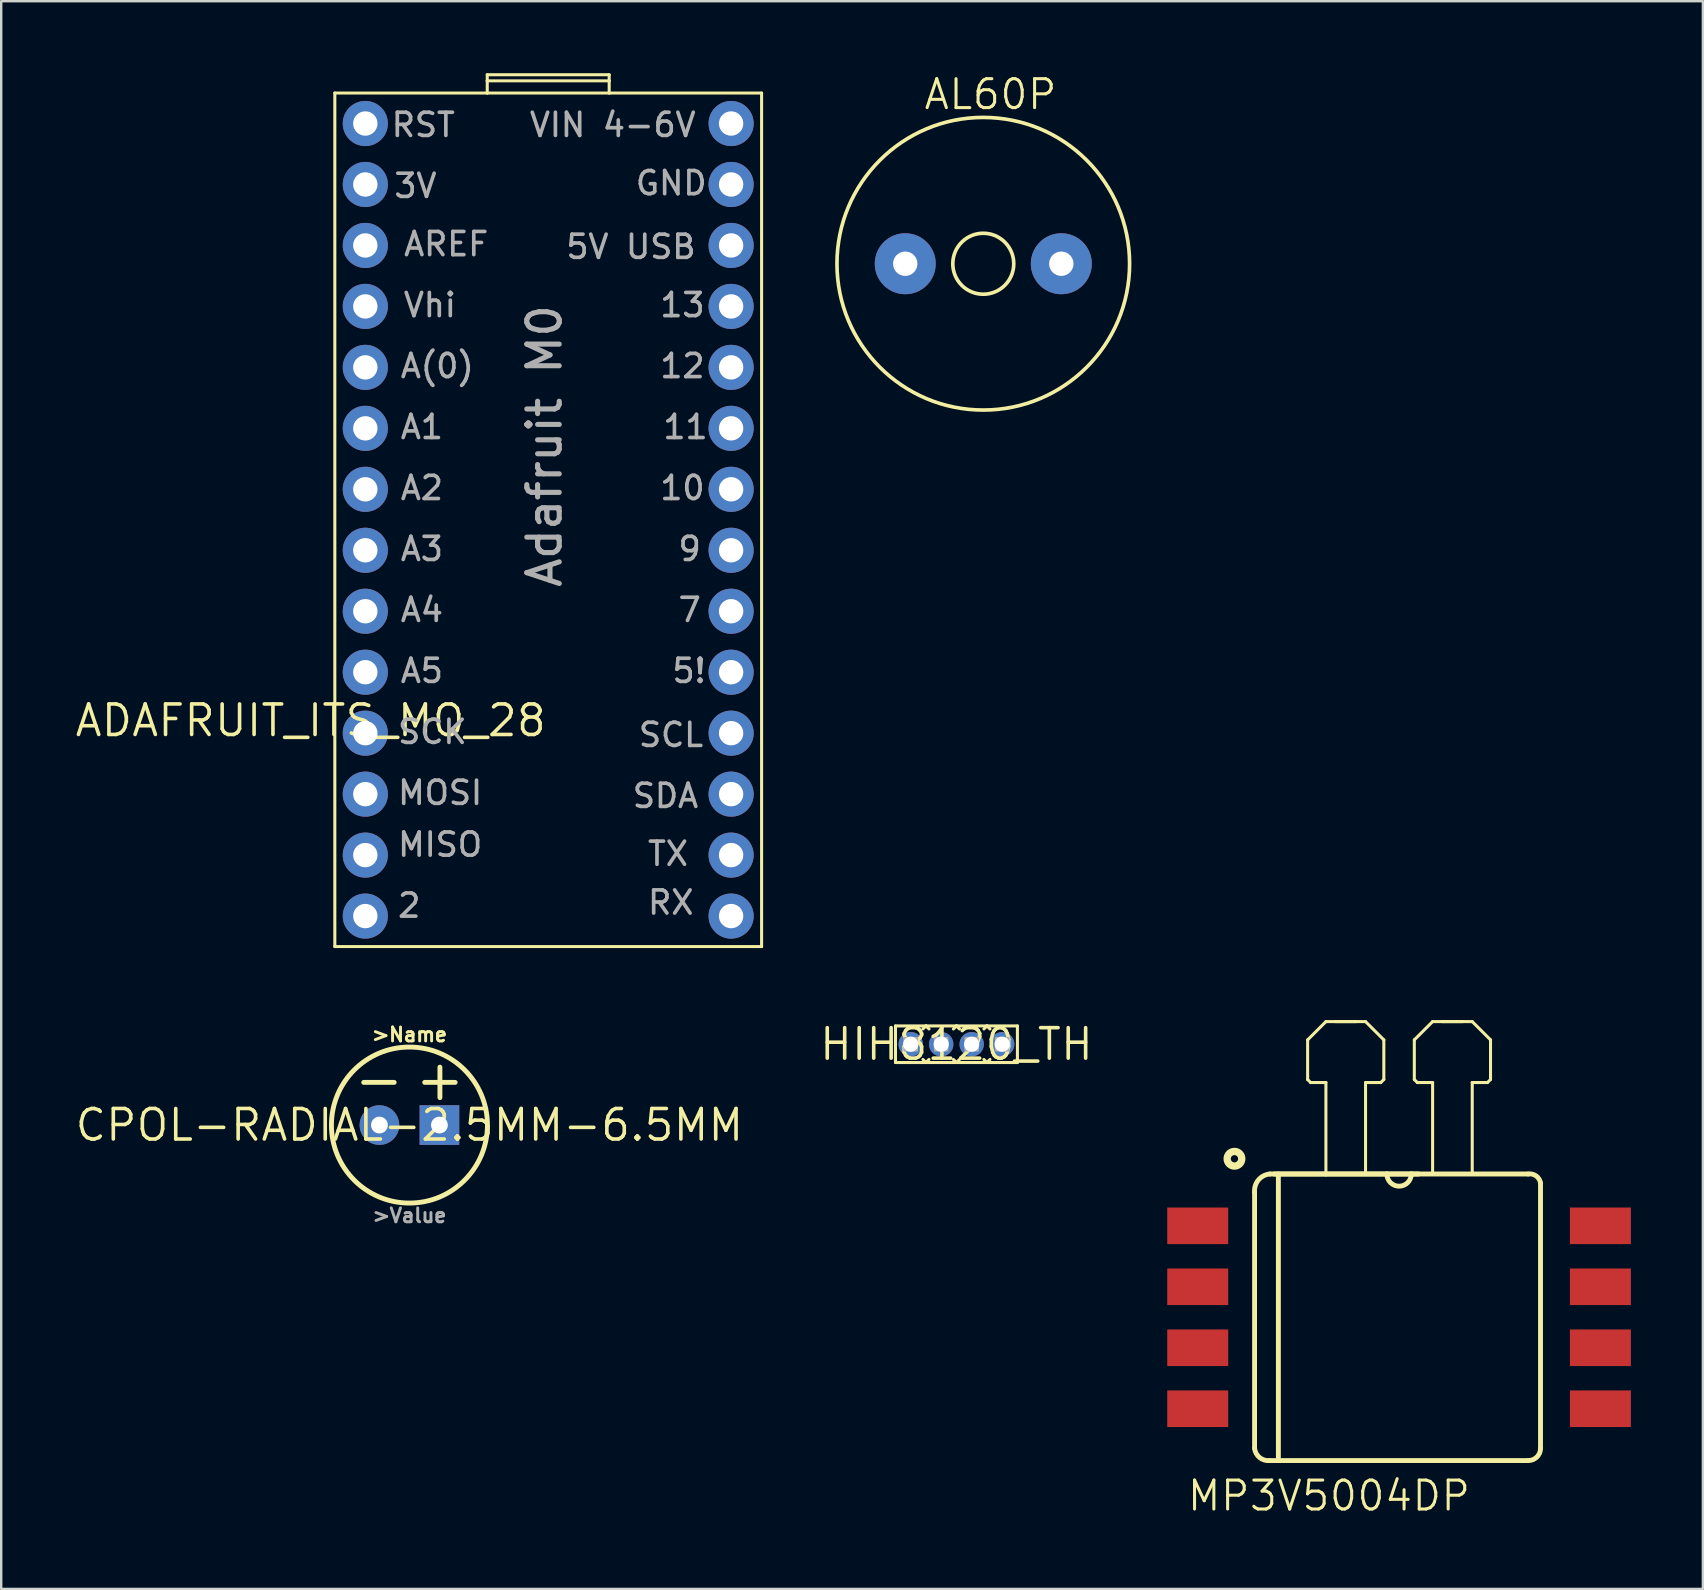
<source format=kicad_pcb>
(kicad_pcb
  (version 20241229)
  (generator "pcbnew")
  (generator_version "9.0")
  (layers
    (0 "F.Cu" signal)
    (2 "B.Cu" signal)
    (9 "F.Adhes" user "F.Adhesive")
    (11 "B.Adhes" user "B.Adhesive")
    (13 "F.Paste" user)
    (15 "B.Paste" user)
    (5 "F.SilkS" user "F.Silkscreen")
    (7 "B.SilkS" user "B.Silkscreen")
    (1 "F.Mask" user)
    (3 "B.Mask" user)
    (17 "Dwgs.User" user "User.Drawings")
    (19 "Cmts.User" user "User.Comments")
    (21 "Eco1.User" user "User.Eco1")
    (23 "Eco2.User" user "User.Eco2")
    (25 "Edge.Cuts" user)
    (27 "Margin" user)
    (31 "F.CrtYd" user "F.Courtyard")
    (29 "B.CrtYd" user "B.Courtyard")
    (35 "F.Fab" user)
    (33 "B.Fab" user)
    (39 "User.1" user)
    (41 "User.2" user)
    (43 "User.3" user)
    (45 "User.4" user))
  (footprint "CPOL-RADIAL-2.5MM-6.5MM"
    (layer "F.Cu")
    (at 14.008 43.823)
    (property "Reference" "CPOL-RADIAL-2.5MM-6.5MM" (at 0 0 0) (layer "F.SilkS") (effects (font (size 1.27 1.27) (thickness 0.15))))
    (attr through_hole)
    (fp_line (start -0.635 -1.778) (end -1.905 -1.778) (stroke (width 0.203) (type solid)) (layer "F.SilkS"))
    (fp_line (start 1.27 -2.413) (end 1.27 -1.143) (stroke (width 0.203) (type solid)) (layer "F.SilkS"))
    (fp_line (start 1.905 -1.778) (end 0.635 -1.778) (stroke (width 0.203) (type solid)) (layer "F.SilkS"))
    (fp_circle (center 0 0) (end 3.25 0) (stroke (width 0.203) (type solid)) (fill no) (layer "F.SilkS"))
    (fp_text user ">Name" (at 0 -3.429 0) (layer "F.SilkS") (effects (font (size 0.579 0.579) (thickness 0.122)) (justify bottom)))
    (fp_text user ">Value" (at 0 3.429 0) (layer "F.Fab") (effects (font (size 0.579 0.579) (thickness 0.122)) (justify top)))
    (pad "1" thru_hole rect (at 1.25 0) (size 1.651 1.651) (drill 0.7) (layers "*.Cu" "*.Mask"))
    (pad "2" thru_hole circle (at -1.25 0) (size 1.651 1.651) (drill 0.7) (layers "*.Cu" "*.Mask")))
  (footprint "MP3V5004DP"
    (layer "F.Cu")
    (at 55.239 51.831)
    (property "Reference" "MP3V5004DP" (at 3.048 6.731 0) (layer "F.SilkS") (effects (font (size 1.206 1.206) (thickness 0.127)) (justify right top)))
    (attr through_hole)
    (fp_line (start -6.02 -5.207) (end -6.02 5.461) (stroke (width 0.203) (type solid)) (layer "F.SilkS"))
    (fp_line (start -5.385 5.969) (end 5.385 5.969) (stroke (width 0.203) (type solid)) (layer "F.SilkS"))
    (fp_line (start -5.029 -5.969) (end -5.029 5.842) (stroke (width 0.203) (type solid)) (layer "F.SilkS"))
    (fp_line (start -3.81 -11.557) (end -3.81 -9.906) (stroke (width 0.127) (type solid)) (layer "F.SilkS"))
    (fp_line (start -3.81 -9.906) (end -3.683 -9.779) (stroke (width 0.127) (type solid)) (layer "F.SilkS"))
    (fp_line (start -3.683 -9.779) (end -3.048 -9.779) (stroke (width 0.127) (type solid)) (layer "F.SilkS"))
    (fp_line (start -3.048 -12.319) (end -3.81 -11.557) (stroke (width 0.127) (type solid)) (layer "F.SilkS"))
    (fp_line (start -3.048 -9.779) (end -3.048 -5.969) (stroke (width 0.127) (type solid)) (layer "F.SilkS"))
    (fp_line (start -3.048 -5.969) (end -5.385 -5.969) (stroke (width 0.203) (type solid)) (layer "F.SilkS"))
    (fp_line (start -2.667 -12.319) (end -1.397 -12.319) (stroke (width 0.127) (type solid)) (layer "F.SilkS"))
    (fp_line (start -1.778 -12.319) (end -3.048 -12.319) (stroke (width 0.127) (type solid)) (layer "F.SilkS"))
    (fp_line (start -1.397 -12.319) (end -0.635 -11.557) (stroke (width 0.127) (type solid)) (layer "F.SilkS"))
    (fp_line (start -1.397 -9.779) (end -1.397 -5.969) (stroke (width 0.127) (type solid)) (layer "F.SilkS"))
    (fp_line (start -0.762 -9.779) (end -1.397 -9.779) (stroke (width 0.127) (type solid)) (layer "F.SilkS"))
    (fp_line (start -0.635 -11.557) (end -0.635 -9.906) (stroke (width 0.127) (type solid)) (layer "F.SilkS"))
    (fp_line (start -0.635 -9.906) (end -0.762 -9.779) (stroke (width 0.127) (type solid)) (layer "F.SilkS"))
    (fp_line (start -0.508 -5.969) (end -3.048 -5.969) (stroke (width 0.203) (type solid)) (layer "F.SilkS"))
    (fp_line (start 0.508 -5.969) (end -0.508 -5.969) (stroke (width 0.203) (type solid)) (layer "F.SilkS"))
    (fp_line (start 0.635 -11.557) (end 0.635 -9.906) (stroke (width 0.127) (type solid)) (layer "F.SilkS"))
    (fp_line (start 0.635 -9.906) (end 0.762 -9.779) (stroke (width 0.127) (type solid)) (layer "F.SilkS"))
    (fp_line (start 0.762 -9.779) (end 1.397 -9.779) (stroke (width 0.127) (type solid)) (layer "F.SilkS"))
    (fp_line (start 0.813 -5.969) (end -5.207 -5.969) (stroke (width 0.203) (type solid)) (layer "F.SilkS"))
    (fp_line (start 1.397 -12.319) (end 0.635 -11.557) (stroke (width 0.127) (type solid)) (layer "F.SilkS"))
    (fp_line (start 1.397 -9.779) (end 1.397 -5.969) (stroke (width 0.127) (type solid)) (layer "F.SilkS"))
    (fp_line (start 1.778 -12.319) (end 3.048 -12.319) (stroke (width 0.127) (type solid)) (layer "F.SilkS"))
    (fp_line (start 2.667 -12.319) (end 1.397 -12.319) (stroke (width 0.127) (type solid)) (layer "F.SilkS"))
    (fp_line (start 3.048 -12.319) (end 3.81 -11.557) (stroke (width 0.127) (type solid)) (layer "F.SilkS"))
    (fp_line (start 3.048 -9.779) (end 3.048 -5.969) (stroke (width 0.127) (type solid)) (layer "F.SilkS"))
    (fp_line (start 3.683 -9.779) (end 3.048 -9.779) (stroke (width 0.127) (type solid)) (layer "F.SilkS"))
    (fp_line (start 3.81 -11.557) (end 3.81 -9.906) (stroke (width 0.127) (type solid)) (layer "F.SilkS"))
    (fp_line (start 3.81 -9.906) (end 3.683 -9.779) (stroke (width 0.127) (type solid)) (layer "F.SilkS"))
    (fp_line (start 5.385 -5.969) (end 0.508 -5.969) (stroke (width 0.203) (type solid)) (layer "F.SilkS"))
    (fp_line (start 5.893 5.461) (end 5.893 -5.588) (stroke (width 0.203) (type solid)) (layer "F.SilkS"))
    (fp_arc (start -6.0198 -5.207) (mid -5.860115 -5.719513) (end -5.3848 -5.969) (stroke (width 0.2032) (type solid)) (layer "F.SilkS"))
    (fp_arc (start -5.3848 5.969) (mid -5.80751 5.846513) (end -6.0198 5.461) (stroke (width 0.2032) (type solid)) (layer "F.SilkS"))
    (fp_arc (start 0.508 -5.969) (mid 0 -5.461) (end -0.508 -5.969) (stroke (width 0.2032) (type solid)) (layer "F.SilkS"))
    (fp_arc (start 5.3848 -5.969) (mid 5.717708 -5.88371) (end 5.8928 -5.588) (stroke (width 0.2032) (type solid)) (layer "F.SilkS"))
    (fp_arc (start 5.8928 5.461) (mid 5.74401 5.82021) (end 5.3848 5.969) (stroke (width 0.2032) (type solid)) (layer "F.SilkS"))
    (fp_circle (center -6.858 -6.604) (end -6.706 -6.604) (stroke (width 0.305) (type solid)) (fill no) (layer "F.SilkS"))
    (pad "1" smd rect (at -8.388 -3.81 270) (size 1.524 2.54) (layers "F.Cu" "F.Mask" "F.Paste"))
    (pad "2" smd rect (at -8.388 -1.27 270) (size 1.524 2.54) (layers "F.Cu" "F.Mask" "F.Paste"))
    (pad "3" smd rect (at -8.388 1.27 270) (size 1.524 2.54) (layers "F.Cu" "F.Mask" "F.Paste"))
    (pad "4" smd rect (at -8.388 3.81 270) (size 1.524 2.54) (layers "F.Cu" "F.Mask" "F.Paste"))
    (pad "5" smd rect (at 8.388 3.81 270) (size 1.524 2.54) (layers "F.Cu" "F.Mask" "F.Paste"))
    (pad "6" smd rect (at 8.388 1.27 270) (size 1.524 2.54) (layers "F.Cu" "F.Mask" "F.Paste"))
    (pad "7" smd rect (at 8.388 -1.27 270) (size 1.524 2.54) (layers "F.Cu" "F.Mask" "F.Paste"))
    (pad "8" smd rect (at 8.388 -3.81 270) (size 1.524 2.54) (layers "F.Cu" "F.Mask" "F.Paste")))
  (footprint "AL60P"
    (layer "F.Cu")
    (at 37.916 7.938)
    (property "Reference" "AL60P" (at -2.54 -6.35 0) (layer "F.SilkS") (effects (font (size 1.206 1.206) (thickness 0.127)) (justify left bottom)))
    (attr through_hole)
    (fp_circle (center 0 0) (end 1.27 0) (stroke (width 0.152) (type solid)) (fill no) (layer "F.SilkS"))
    (fp_circle (center 0 0) (end 6.096 0) (stroke (width 0.152) (type solid)) (fill no) (layer "F.SilkS"))
    (pad "1" thru_hole circle (at -3.251 0) (size 2.54 2.54) (drill 1.016) (layers "*.Cu" "*.Mask"))
    (pad "2" thru_hole circle (at 3.251 0) (size 2.54 2.54) (drill 1.016) (layers "*.Cu" "*.Mask")))
  (footprint "ADAFRUIT_ITS_MO_28"
    (layer "F.Cu")
    (at 19.79 26.226)
    (property "Reference" "ADAFRUIT_ITS_MO_28" (at 0 0 0) (layer "F.SilkS") (effects (font (size 1.27 1.27) (thickness 0.15)) (justify right top)))
    (attr through_hole)
    (fp_line (start -8.89 -25.4) (end -8.89 10.16) (stroke (width 0.127) (type solid)) (layer "F.SilkS"))
    (fp_line (start -8.89 10.16) (end 8.89 10.16) (stroke (width 0.127) (type solid)) (layer "F.SilkS"))
    (fp_line (start -2.54 -26.162) (end 2.54 -26.162) (stroke (width 0.127) (type solid)) (layer "F.SilkS"))
    (fp_line (start -2.54 -25.908) (end -2.54 -26.162) (stroke (width 0.127) (type solid)) (layer "F.SilkS"))
    (fp_line (start -2.54 -25.908) (end 2.54 -25.908) (stroke (width 0.127) (type solid)) (layer "F.SilkS"))
    (fp_line (start -2.54 -25.4) (end -8.89 -25.4) (stroke (width 0.127) (type solid)) (layer "F.SilkS"))
    (fp_line (start -2.54 -25.4) (end -2.54 -25.908) (stroke (width 0.127) (type solid)) (layer "F.SilkS"))
    (fp_line (start 2.54 -26.162) (end 2.54 -25.908) (stroke (width 0.127) (type solid)) (layer "F.SilkS"))
    (fp_line (start 2.54 -25.908) (end 2.54 -25.4) (stroke (width 0.127) (type solid)) (layer "F.SilkS"))
    (fp_line (start 2.54 -25.4) (end -2.54 -25.4) (stroke (width 0.127) (type solid)) (layer "F.SilkS"))
    (fp_line (start 8.89 -25.4) (end 2.54 -25.4) (stroke (width 0.127) (type solid)) (layer "F.SilkS"))
    (fp_line (start 8.89 10.16) (end 8.89 -25.4) (stroke (width 0.127) (type solid)) (layer "F.SilkS"))
    (fp_text user "A2" (at -6.236 -8.382 0) (layer "F.Fab") (effects (font (size 0.965 0.965) (thickness 0.152)) (justify left bottom)))
    (fp_text user "SCK" (at -6.35 1.778 0) (layer "F.Fab") (effects (font (size 0.965 0.965) (thickness 0.152)) (justify left bottom)))
    (fp_text user "VIN 4-6V" (at 6.236 -24.638 0) (layer "F.Fab") (effects (font (size 0.965 0.965) (thickness 0.152)) (justify right top)))
    (fp_text user "TX" (at 4.064 6.858 0) (layer "F.Fab") (effects (font (size 0.965 0.965) (thickness 0.152)) (justify left bottom)))
    (fp_text user "10" (at 4.572 -8.382 0) (layer "F.Fab") (effects (font (size 0.965 0.965) (thickness 0.152)) (justify left bottom)))
    (fp_text user "Vhi" (at -6.109 -16.002 0) (layer "F.Fab") (effects (font (size 0.965 0.965) (thickness 0.152)) (justify left bottom)))
    (fp_text user "Adafruit M0" (at 0.635 -4.699 90) (layer "F.Fab") (effects (font (size 1.351 1.351) (thickness 0.213)) (justify left bottom)))
    (fp_text user "SCL" (at 3.683 1.905 0) (layer "F.Fab") (effects (font (size 0.965 0.965) (thickness 0.152)) (justify left bottom)))
    (fp_text user "A4" (at -6.236 -3.302 0) (layer "F.Fab") (effects (font (size 0.965 0.965) (thickness 0.152)) (justify left bottom)))
    (fp_text user "A1" (at -6.236 -10.922 0) (layer "F.Fab") (effects (font (size 0.965 0.965) (thickness 0.152)) (justify left bottom)))
    (fp_text user "7" (at 5.334 -3.302 0) (layer "F.Fab") (effects (font (size 0.965 0.965) (thickness 0.152)) (justify left bottom)))
    (fp_text user "MOSI" (at -6.35 4.318 0) (layer "F.Fab") (effects (font (size 0.965 0.965) (thickness 0.152)) (justify left bottom)))
    (fp_text user "12" (at 4.572 -13.462 0) (layer "F.Fab") (effects (font (size 0.965 0.965) (thickness 0.152)) (justify left bottom)))
    (fp_text user "A(0)" (at -6.236 -13.462 0) (layer "F.Fab") (effects (font (size 0.965 0.965) (thickness 0.152)) (justify left bottom)))
    (fp_text user "RX" (at 4.064 8.89 0) (layer "F.Fab") (effects (font (size 0.965 0.965) (thickness 0.152)) (justify left bottom)))
    (fp_text user "5V USB" (at 6.236 -19.558 0) (layer "F.Fab") (effects (font (size 0.965 0.965) (thickness 0.152)) (justify right top)))
    (fp_text user "2" (at -6.35 9.017 0) (layer "F.Fab") (effects (font (size 0.965 0.965) (thickness 0.152)) (justify left bottom)))
    (fp_text user "9" (at 5.334 -5.842 0) (layer "F.Fab") (effects (font (size 0.965 0.965) (thickness 0.152)) (justify left bottom)))
    (fp_text user "SDA" (at 3.429 4.445 0) (layer "F.Fab") (effects (font (size 0.965 0.965) (thickness 0.152)) (justify left bottom)))
    (fp_text user "A5" (at -6.236 -0.762 0) (layer "F.Fab") (effects (font (size 0.965 0.965) (thickness 0.152)) (justify left bottom)))
    (fp_text user "MISO" (at -6.35 6.477 0) (layer "F.Fab") (effects (font (size 0.965 0.965) (thickness 0.152)) (justify left bottom)))
    (fp_text user "GND" (at 3.556 -21.082 0) (layer "F.Fab") (effects (font (size 0.965 0.965) (thickness 0.152)) (justify left bottom)))
    (fp_text user "13" (at 4.572 -16.002 0) (layer "F.Fab") (effects (font (size 0.965 0.965) (thickness 0.152)) (justify left bottom)))
    (fp_text user "A3" (at -6.236 -5.842 0) (layer "F.Fab") (effects (font (size 0.965 0.965) (thickness 0.152)) (justify left bottom)))
    (fp_text user "3V" (at -4.559 -22.098 0) (layer "F.Fab") (effects (font (size 0.965 0.965) (thickness 0.152)) (justify right top)))
    (fp_text user "11" (at 4.699 -10.922 0) (layer "F.Fab") (effects (font (size 0.965 0.965) (thickness 0.152)) (justify left bottom)))
    (fp_text user "RST" (at -3.797 -24.638 0) (layer "F.Fab") (effects (font (size 0.965 0.965) (thickness 0.152)) (justify right top)))
    (fp_text user "AREF" (at -6.096 -18.542 0) (layer "F.Fab") (effects (font (size 0.965 0.965) (thickness 0.152)) (justify left bottom)))
    (fp_text user "5!" (at 5.08 -0.762 0) (layer "F.Fab") (effects (font (size 0.965 0.965) (thickness 0.152)) (justify left bottom)))
    (pad "2" thru_hole circle (at -7.62 8.89 90) (size 1.88 1.88) (drill 1.016) (layers "*.Cu" "*.Mask"))
    (pad "3V" thru_hole circle (at -7.62 -21.59 90) (size 1.88 1.88) (drill 1.016) (layers "*.Cu" "*.Mask"))
    (pad "A0" thru_hole circle (at -7.62 -13.97 270) (size 1.88 1.88) (drill 1.016) (layers "*.Cu" "*.Mask"))
    (pad "A1" thru_hole circle (at -7.62 -11.43 270) (size 1.88 1.88) (drill 1.016) (layers "*.Cu" "*.Mask"))
    (pad "A2" thru_hole circle (at -7.62 -8.89 270) (size 1.88 1.88) (drill 1.016) (layers "*.Cu" "*.Mask"))
    (pad "A3" thru_hole circle (at -7.62 -6.35 270) (size 1.88 1.88) (drill 1.016) (layers "*.Cu" "*.Mask"))
    (pad "A4" thru_hole circle (at -7.62 -3.81 270) (size 1.88 1.88) (drill 1.016) (layers "*.Cu" "*.Mask"))
    (pad "A5" thru_hole circle (at -7.62 -1.27 270) (size 1.88 1.88) (drill 1.016) (layers "*.Cu" "*.Mask"))
    (pad "AREF" thru_hole circle (at -7.62 -19.05 90) (size 1.88 1.88) (drill 1.016) (layers "*.Cu" "*.Mask"))
    (pad "D5" thru_hole circle (at 7.62 -1.27 90) (size 1.88 1.88) (drill 1.016) (layers "*.Cu" "*.Mask"))
    (pad "D7" thru_hole circle (at 7.62 -3.81 90) (size 1.88 1.88) (drill 1.016) (layers "*.Cu" "*.Mask"))
    (pad "D9" thru_hole circle (at 7.62 -6.35 90) (size 1.88 1.88) (drill 1.016) (layers "*.Cu" "*.Mask"))
    (pad "D10" thru_hole circle (at 7.62 -8.89 90) (size 1.88 1.88) (drill 1.016) (layers "*.Cu" "*.Mask"))
    (pad "D11" thru_hole circle (at 7.62 -11.43 90) (size 1.88 1.88) (drill 1.016) (layers "*.Cu" "*.Mask"))
    (pad "D12" thru_hole circle (at 7.62 -13.97 90) (size 1.88 1.88) (drill 1.016) (layers "*.Cu" "*.Mask"))
    (pad "D13" thru_hole circle (at 7.62 -16.51 90) (size 1.88 1.88) (drill 1.016) (layers "*.Cu" "*.Mask"))
    (pad "GND" thru_hole circle (at 7.62 -21.59 90) (size 1.88 1.88) (drill 1.016) (layers "*.Cu" "*.Mask"))
    (pad "MISO" thru_hole circle (at -7.62 6.35 90) (size 1.88 1.88) (drill 1.016) (layers "*.Cu" "*.Mask"))
    (pad "MOSI" thru_hole circle (at -7.62 3.81 90) (size 1.88 1.88) (drill 1.016) (layers "*.Cu" "*.Mask"))
    (pad "RES" thru_hole circle (at -7.62 -24.13 90) (size 1.88 1.88) (drill 1.016) (layers "*.Cu" "*.Mask"))
    (pad "RX" thru_hole circle (at 7.62 8.89 90) (size 1.88 1.88) (drill 1.016) (layers "*.Cu" "*.Mask"))
    (pad "SCK" thru_hole circle (at -7.62 1.27 90) (size 1.88 1.88) (drill 1.016) (layers "*.Cu" "*.Mask"))
    (pad "SCL" thru_hole circle (at 7.62 1.27 90) (size 1.88 1.88) (drill 1.016) (layers "*.Cu" "*.Mask"))
    (pad "SDA" thru_hole circle (at 7.62 3.81 90) (size 1.88 1.88) (drill 1.016) (layers "*.Cu" "*.Mask"))
    (pad "TX" thru_hole circle (at 7.62 6.35 90) (size 1.88 1.88) (drill 1.016) (layers "*.Cu" "*.Mask"))
    (pad "USB" thru_hole circle (at 7.62 -19.05 90) (size 1.88 1.88) (drill 1.016) (layers "*.Cu" "*.Mask"))
    (pad "VHI" thru_hole circle (at -7.62 -16.51 90) (size 1.88 1.88) (drill 1.016) (layers "*.Cu" "*.Mask"))
    (pad "VIN" thru_hole circle (at 7.62 -24.13 90) (size 1.88 1.88) (drill 1.016) (layers "*.Cu" "*.Mask")))
  (footprint "HIH8120_TH"
    (layer "F.Cu")
    (at 36.798 40.455)
    (property "Reference" "HIH8120_TH" (at 0 0 0) (layer "F.SilkS") (effects (font (size 1.27 1.27) (thickness 0.15))))
    (attr through_hole)
    (fp_line (start -2.54 -0.762) (end -2.54 0.762) (stroke (width 0.127) (type solid)) (layer "F.SilkS"))
    (fp_line (start -2.54 0.762) (end -1.27 0.762) (stroke (width 0.127) (type solid)) (layer "F.SilkS"))
    (fp_line (start -1.397 0.635) (end -1.27 0.762) (stroke (width 0.127) (type solid)) (layer "F.SilkS"))
    (fp_line (start -1.27 -0.762) (end -2.54 -0.762) (stroke (width 0.127) (type solid)) (layer "F.SilkS"))
    (fp_line (start -1.27 -0.762) (end -1.397 -0.635) (stroke (width 0.127) (type solid)) (layer "F.SilkS"))
    (fp_line (start -1.27 0.762) (end -1.143 0.635) (stroke (width 0.127) (type solid)) (layer "F.SilkS"))
    (fp_line (start -1.27 0.762) (end 0 0.762) (stroke (width 0.127) (type solid)) (layer "F.SilkS"))
    (fp_line (start -1.143 -0.635) (end -1.27 -0.762) (stroke (width 0.127) (type solid)) (layer "F.SilkS"))
    (fp_line (start -0.127 0.635) (end 0 0.762) (stroke (width 0.127) (type solid)) (layer "F.SilkS"))
    (fp_line (start 0 -0.762) (end -1.27 -0.762) (stroke (width 0.127) (type solid)) (layer "F.SilkS"))
    (fp_line (start 0 -0.762) (end -0.127 -0.635) (stroke (width 0.127) (type solid)) (layer "F.SilkS"))
    (fp_line (start 0 0.762) (end 0.127 0.635) (stroke (width 0.127) (type solid)) (layer "F.SilkS"))
    (fp_line (start 0 0.762) (end 1.27 0.762) (stroke (width 0.127) (type solid)) (layer "F.SilkS"))
    (fp_line (start 0.127 -0.635) (end 0 -0.762) (stroke (width 0.127) (type solid)) (layer "F.SilkS"))
    (fp_line (start 1.143 0.635) (end 1.27 0.762) (stroke (width 0.127) (type solid)) (layer "F.SilkS"))
    (fp_line (start 1.27 -0.762) (end 0 -0.762) (stroke (width 0.127) (type solid)) (layer "F.SilkS"))
    (fp_line (start 1.27 -0.762) (end 1.143 -0.635) (stroke (width 0.127) (type solid)) (layer "F.SilkS"))
    (fp_line (start 1.27 0.762) (end 1.397 0.635) (stroke (width 0.127) (type solid)) (layer "F.SilkS"))
    (fp_line (start 1.27 0.762) (end 2.54 0.762) (stroke (width 0.127) (type solid)) (layer "F.SilkS"))
    (fp_line (start 1.397 -0.635) (end 1.27 -0.762) (stroke (width 0.127) (type solid)) (layer "F.SilkS"))
    (fp_line (start 2.54 -0.762) (end 1.27 -0.762) (stroke (width 0.127) (type solid)) (layer "F.SilkS"))
    (fp_line (start 2.54 0.762) (end 2.54 -0.762) (stroke (width 0.127) (type solid)) (layer "F.SilkS"))
    (fp_poly (pts (xy -1.651 0.254) (xy -1.651 -0.254) (xy -2.159 -0.254) (xy -2.159 0.254)) (stroke (width 0.1) (type solid)) (fill no) (layer "F.Fab"))
    (fp_poly (pts (xy -0.381 0.254) (xy -0.381 -0.254) (xy -0.889 -0.254) (xy -0.889 0.254)) (stroke (width 0.1) (type solid)) (fill no) (layer "F.Fab"))
    (fp_poly (pts (xy 0.889 0.254) (xy 0.889 -0.254) (xy 0.381 -0.254) (xy 0.381 0.254)) (stroke (width 0.1) (type solid)) (fill no) (layer "F.Fab"))
    (fp_poly (pts (xy 2.159 0.254) (xy 2.159 -0.254) (xy 1.651 -0.254) (xy 1.651 0.254)) (stroke (width 0.1) (type solid)) (fill no) (layer "F.Fab"))
    (pad "1" thru_hole circle (at -1.905 0 180) (size 1.016 1.016) (drill 0.635) (layers "*.Cu" "*.Mask"))
    (pad "2" thru_hole circle (at -0.635 0 180) (size 1.016 1.016) (drill 0.635) (layers "*.Cu" "*.Mask"))
    (pad "3" thru_hole circle (at 0.635 0 180) (size 1.016 1.016) (drill 0.635) (layers "*.Cu" "*.Mask"))
    (pad "4" thru_hole circle (at 1.905 0 180) (size 1.016 1.016) (drill 0.635) (layers "*.Cu" "*.Mask")))
  (gr_rect
    (start -3 -3)
    (end 67.897 63.15)
    (stroke (width 0.1) (type default))
    (fill no)
    (layer "Edge.Cuts")))
</source>
